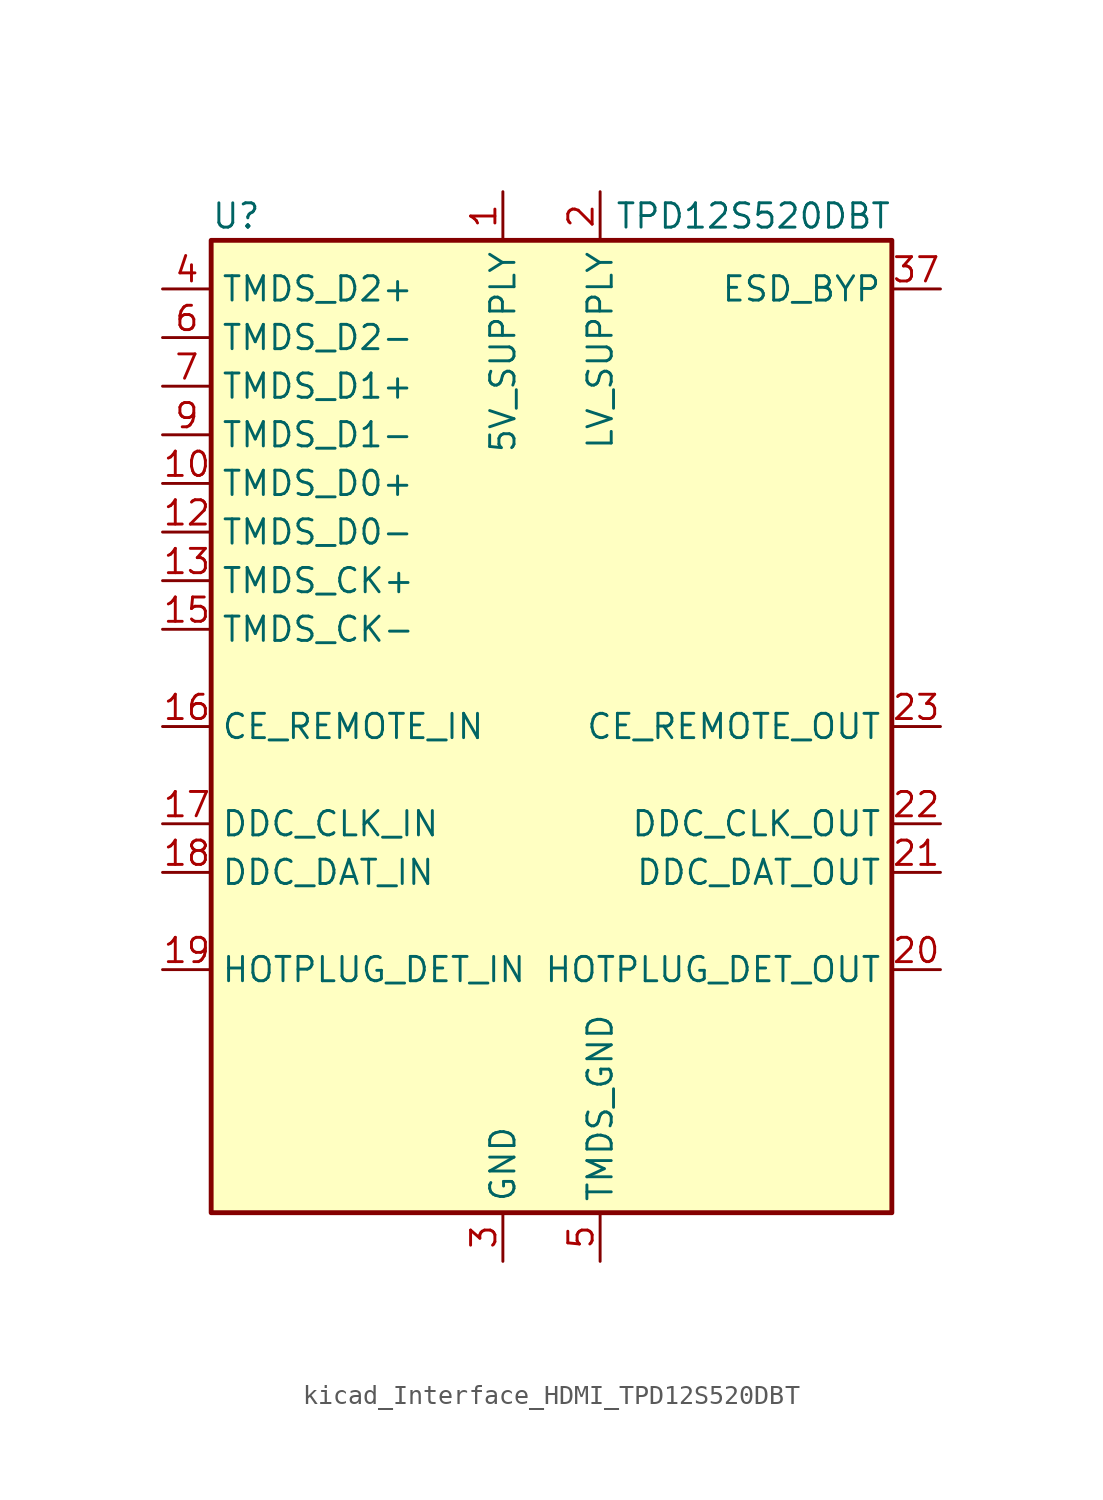
<source format=kicad_sym>
(kicad_symbol_lib
  (version 20220914)
  (generator kicad_symbol_editor)
  (symbol "kicad_Interface_HDMI_TPD12S520DBT"
    (property "Reference" "U"
      (at -17.78 26.67 0)
      (effects (font (size 1.27 1.27)) (justify left)))
    (property "Value" "TPD12S520DBT"
      (at 17.78 26.67 0)
      (effects (font (size 1.27 1.27)) (justify right)))
    (symbol "kicad_Interface_HDMI_TPD12S520DBT_0_1"
      (rectangle (start -17.78 25.4) (end 17.78 -25.4) (stroke (width 0.254) (type default)) (fill (type background))))
    (symbol "kicad_Interface_HDMI_TPD12S520DBT_1_1"
      (pin power_in line (at -2.54 27.94 270) (length 2.54) (name "5V_SUPPLY" (effects (font (size 1.27 1.27)))) (number "1" (effects (font (size 1.27 1.27)))))
      (pin passive line (at -20.32 12.7 0) (length 2.54) (name "TMDS_D0+" (effects (font (size 1.27 1.27)))) (number "10" (effects (font (size 1.27 1.27)))))
      (pin passive line (at 2.54 -27.94 90) (length 2.54) hide (name "TMDS_GND" (effects (font (size 1.27 1.27)))) (number "11" (effects (font (size 1.27 1.27)))))
      (pin passive line (at -20.32 10.16 0) (length 2.54) (name "TMDS_D0-" (effects (font (size 1.27 1.27)))) (number "12" (effects (font (size 1.27 1.27)))))
      (pin passive line (at -20.32 7.62 0) (length 2.54) (name "TMDS_CK+" (effects (font (size 1.27 1.27)))) (number "13" (effects (font (size 1.27 1.27)))))
      (pin passive line (at 2.54 -27.94 90) (length 2.54) hide (name "TMDS_GND" (effects (font (size 1.27 1.27)))) (number "14" (effects (font (size 1.27 1.27)))))
      (pin passive line (at -20.32 5.08 0) (length 2.54) (name "TMDS_CK-" (effects (font (size 1.27 1.27)))) (number "15" (effects (font (size 1.27 1.27)))))
      (pin bidirectional line (at -20.32 0 0) (length 2.54) (name "CE_REMOTE_IN" (effects (font (size 1.27 1.27)))) (number "16" (effects (font (size 1.27 1.27)))))
      (pin bidirectional line (at -20.32 -5.08 0) (length 2.54) (name "DDC_CLK_IN" (effects (font (size 1.27 1.27)))) (number "17" (effects (font (size 1.27 1.27)))))
      (pin bidirectional line (at -20.32 -7.62 0) (length 2.54) (name "DDC_DAT_IN" (effects (font (size 1.27 1.27)))) (number "18" (effects (font (size 1.27 1.27)))))
      (pin bidirectional line (at -20.32 -12.7 0) (length 2.54) (name "HOTPLUG_DET_IN" (effects (font (size 1.27 1.27)))) (number "19" (effects (font (size 1.27 1.27)))))
      (pin power_in line (at 2.54 27.94 270) (length 2.54) (name "LV_SUPPLY" (effects (font (size 1.27 1.27)))) (number "2" (effects (font (size 1.27 1.27)))))
      (pin bidirectional line (at 20.32 -12.7 180) (length 2.54) (name "HOTPLUG_DET_OUT" (effects (font (size 1.27 1.27)))) (number "20" (effects (font (size 1.27 1.27)))))
      (pin bidirectional line (at 20.32 -7.62 180) (length 2.54) (name "DDC_DAT_OUT" (effects (font (size 1.27 1.27)))) (number "21" (effects (font (size 1.27 1.27)))))
      (pin bidirectional line (at 20.32 -5.08 180) (length 2.54) (name "DDC_CLK_OUT" (effects (font (size 1.27 1.27)))) (number "22" (effects (font (size 1.27 1.27)))))
      (pin bidirectional line (at 20.32 0 180) (length 2.54) (name "CE_REMOTE_OUT" (effects (font (size 1.27 1.27)))) (number "23" (effects (font (size 1.27 1.27)))))
      (pin passive line (at -20.32 5.08 0) (length 2.54) hide (name "TMDS_CK-" (effects (font (size 1.27 1.27)))) (number "24" (effects (font (size 1.27 1.27)))))
      (pin passive line (at 2.54 -27.94 90) (length 2.54) hide (name "TMDS_GND" (effects (font (size 1.27 1.27)))) (number "25" (effects (font (size 1.27 1.27)))))
      (pin passive line (at -20.32 7.62 0) (length 2.54) hide (name "TMDS_CK+" (effects (font (size 1.27 1.27)))) (number "26" (effects (font (size 1.27 1.27)))))
      (pin passive line (at -20.32 10.16 0) (length 2.54) hide (name "TMDS_D0-" (effects (font (size 1.27 1.27)))) (number "27" (effects (font (size 1.27 1.27)))))
      (pin passive line (at 2.54 -27.94 90) (length 2.54) hide (name "TMDS_GND" (effects (font (size 1.27 1.27)))) (number "28" (effects (font (size 1.27 1.27)))))
      (pin passive line (at -20.32 12.7 0) (length 2.54) hide (name "TMDS_D0+" (effects (font (size 1.27 1.27)))) (number "29" (effects (font (size 1.27 1.27)))))
      (pin power_in line (at -2.54 -27.94 90) (length 2.54) (name "GND" (effects (font (size 1.27 1.27)))) (number "3" (effects (font (size 1.27 1.27)))))
      (pin passive line (at -20.32 15.24 0) (length 2.54) hide (name "TMDS_D1-" (effects (font (size 1.27 1.27)))) (number "30" (effects (font (size 1.27 1.27)))))
      (pin passive line (at 2.54 -27.94 90) (length 2.54) hide (name "TMDS_GND" (effects (font (size 1.27 1.27)))) (number "31" (effects (font (size 1.27 1.27)))))
      (pin passive line (at -20.32 17.78 0) (length 2.54) hide (name "TMDS_D1+" (effects (font (size 1.27 1.27)))) (number "32" (effects (font (size 1.27 1.27)))))
      (pin passive line (at -20.32 20.32 0) (length 2.54) hide (name "TMDS_D2-" (effects (font (size 1.27 1.27)))) (number "33" (effects (font (size 1.27 1.27)))))
      (pin passive line (at 2.54 -27.94 90) (length 2.54) hide (name "TMDS_GND" (effects (font (size 1.27 1.27)))) (number "34" (effects (font (size 1.27 1.27)))))
      (pin passive line (at -20.32 22.86 0) (length 2.54) hide (name "TMDS_D2+" (effects (font (size 1.27 1.27)))) (number "35" (effects (font (size 1.27 1.27)))))
      (pin passive line (at -2.54 -27.94 90) (length 2.54) hide (name "GND" (effects (font (size 1.27 1.27)))) (number "36" (effects (font (size 1.27 1.27)))))
      (pin passive line (at 20.32 22.86 180) (length 2.54) (name "ESD_BYP" (effects (font (size 1.27 1.27)))) (number "37" (effects (font (size 1.27 1.27)))))
      (pin no_connect line (at 17.78 20.32 180) (length 2.54) hide (name "NC" (effects (font (size 1.27 1.27)))) (number "38" (effects (font (size 1.27 1.27)))))
      (pin passive line (at -20.32 22.86 0) (length 2.54) (name "TMDS_D2+" (effects (font (size 1.27 1.27)))) (number "4" (effects (font (size 1.27 1.27)))))
      (pin passive line (at 2.54 -27.94 90) (length 2.54) (name "TMDS_GND" (effects (font (size 1.27 1.27)))) (number "5" (effects (font (size 1.27 1.27)))))
      (pin passive line (at -20.32 20.32 0) (length 2.54) (name "TMDS_D2-" (effects (font (size 1.27 1.27)))) (number "6" (effects (font (size 1.27 1.27)))))
      (pin passive line (at -20.32 17.78 0) (length 2.54) (name "TMDS_D1+" (effects (font (size 1.27 1.27)))) (number "7" (effects (font (size 1.27 1.27)))))
      (pin passive line (at 2.54 -27.94 90) (length 2.54) hide (name "TMDS_GND" (effects (font (size 1.27 1.27)))) (number "8" (effects (font (size 1.27 1.27)))))
      (pin passive line (at -20.32 15.24 0) (length 2.54) (name "TMDS_D1-" (effects (font (size 1.27 1.27)))) (number "9" (effects (font (size 1.27 1.27))))))))
</source>
